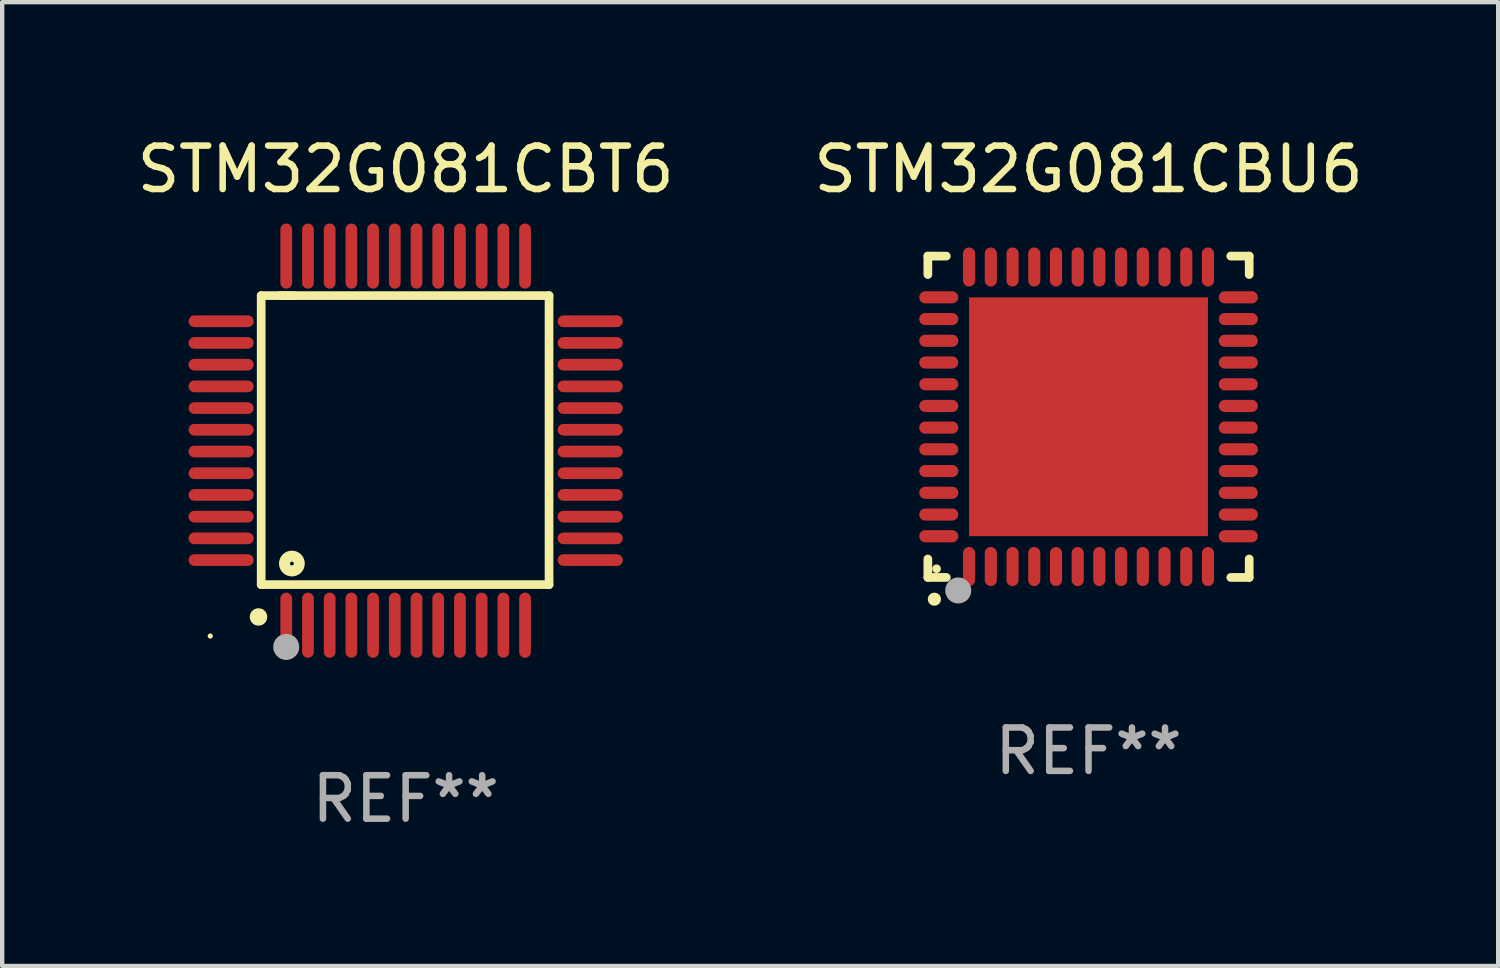
<source format=kicad_pcb>
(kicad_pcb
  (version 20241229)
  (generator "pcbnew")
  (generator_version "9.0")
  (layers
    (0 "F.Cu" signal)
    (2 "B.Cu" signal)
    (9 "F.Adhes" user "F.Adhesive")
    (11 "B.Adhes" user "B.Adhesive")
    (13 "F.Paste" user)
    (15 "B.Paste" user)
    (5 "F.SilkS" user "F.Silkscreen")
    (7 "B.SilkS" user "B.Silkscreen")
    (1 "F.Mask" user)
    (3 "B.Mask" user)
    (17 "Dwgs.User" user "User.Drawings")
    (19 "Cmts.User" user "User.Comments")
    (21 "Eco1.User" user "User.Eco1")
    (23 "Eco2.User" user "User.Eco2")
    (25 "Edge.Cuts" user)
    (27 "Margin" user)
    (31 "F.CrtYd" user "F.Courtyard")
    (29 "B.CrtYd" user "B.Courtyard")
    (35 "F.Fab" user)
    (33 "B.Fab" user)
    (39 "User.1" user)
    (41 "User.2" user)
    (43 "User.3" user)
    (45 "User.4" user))
  (footprint "STM32G081CBT6"
    (layer "F.Cu")
    (at 6.292 7.098)
    (property "Reference" "STM32G081CBT6" (at 0 -6.25 0) (layer "F.SilkS") (effects (font (size 1 1) (thickness 0.15))))
    (attr through_hole)
    (fp_line (start -3.327 -3.34) (end -2.565 -3.34) (stroke (width 0.2) (type solid)) (layer "F.SilkS"))
    (fp_line (start -3.327 3.315) (end -3.327 -3.34) (stroke (width 0.2) (type solid)) (layer "F.SilkS"))
    (fp_line (start -2.896 -3.34) (end 3.302 -3.34) (stroke (width 0.2) (type solid)) (layer "F.SilkS"))
    (fp_line (start 3.302 -3.34) (end 3.302 3.315) (stroke (width 0.2) (type solid)) (layer "F.SilkS"))
    (fp_line (start 3.302 3.315) (end -3.327 3.315) (stroke (width 0.2) (type solid)) (layer "F.SilkS"))
    (fp_arc (start -3.389992 4.059995) (mid -3.388722 4.059991) (end -3.387452 4.059995) (stroke (width 0.4) (type solid)) (layer "F.SilkS"))
    (fp_circle (center -4.5 4.5) (end -4.47 4.5) (stroke (width 0.06) (type solid)) (fill no) (layer "F.SilkS"))
    (fp_circle (center -2.62 2.83) (end -2.45 2.83) (stroke (width 0.254) (type solid)) (fill no) (layer "F.SilkS"))
    (fp_circle (center -2.75 4.75) (end -2.6 4.75) (stroke (width 0.3) (type solid)) (fill no) (layer "F.Fab"))
    (fp_text user "REF**" (at 0 8.25 0) (layer "F.Fab") (effects (font (size 1 1) (thickness 0.15))))
    (pad "1" smd oval (at -2.75 4.25) (size 0.27 1.5) (layers "F.Cu" "F.Mask" "F.Paste"))
    (pad "2" smd oval (at -2.25 4.25) (size 0.27 1.5) (layers "F.Cu" "F.Mask" "F.Paste"))
    (pad "3" smd oval (at -1.75 4.25) (size 0.27 1.5) (layers "F.Cu" "F.Mask" "F.Paste"))
    (pad "4" smd oval (at -1.25 4.25) (size 0.27 1.5) (layers "F.Cu" "F.Mask" "F.Paste"))
    (pad "5" smd oval (at -0.75 4.25) (size 0.27 1.5) (layers "F.Cu" "F.Mask" "F.Paste"))
    (pad "6" smd oval (at -0.25 4.25) (size 0.27 1.5) (layers "F.Cu" "F.Mask" "F.Paste"))
    (pad "7" smd oval (at 0.25 4.25) (size 0.27 1.5) (layers "F.Cu" "F.Mask" "F.Paste"))
    (pad "8" smd oval (at 0.75 4.25) (size 0.27 1.5) (layers "F.Cu" "F.Mask" "F.Paste"))
    (pad "9" smd oval (at 1.25 4.25) (size 0.27 1.5) (layers "F.Cu" "F.Mask" "F.Paste"))
    (pad "10" smd oval (at 1.75 4.25) (size 0.27 1.5) (layers "F.Cu" "F.Mask" "F.Paste"))
    (pad "11" smd oval (at 2.25 4.25) (size 0.27 1.5) (layers "F.Cu" "F.Mask" "F.Paste"))
    (pad "12" smd oval (at 2.75 4.25) (size 0.27 1.5) (layers "F.Cu" "F.Mask" "F.Paste"))
    (pad "13" smd oval (at 4.25 2.75) (size 1.5 0.27) (layers "F.Cu" "F.Mask" "F.Paste"))
    (pad "14" smd oval (at 4.25 2.25) (size 1.5 0.27) (layers "F.Cu" "F.Mask" "F.Paste"))
    (pad "15" smd oval (at 4.25 1.75) (size 1.5 0.27) (layers "F.Cu" "F.Mask" "F.Paste"))
    (pad "16" smd oval (at 4.25 1.25) (size 1.5 0.27) (layers "F.Cu" "F.Mask" "F.Paste"))
    (pad "17" smd oval (at 4.25 0.75) (size 1.5 0.27) (layers "F.Cu" "F.Mask" "F.Paste"))
    (pad "18" smd oval (at 4.25 0.25) (size 1.5 0.27) (layers "F.Cu" "F.Mask" "F.Paste"))
    (pad "19" smd oval (at 4.25 -0.25) (size 1.5 0.27) (layers "F.Cu" "F.Mask" "F.Paste"))
    (pad "20" smd oval (at 4.25 -0.75) (size 1.5 0.27) (layers "F.Cu" "F.Mask" "F.Paste"))
    (pad "21" smd oval (at 4.25 -1.25) (size 1.5 0.27) (layers "F.Cu" "F.Mask" "F.Paste"))
    (pad "22" smd oval (at 4.25 -1.75) (size 1.5 0.27) (layers "F.Cu" "F.Mask" "F.Paste"))
    (pad "23" smd oval (at 4.25 -2.25) (size 1.5 0.27) (layers "F.Cu" "F.Mask" "F.Paste"))
    (pad "24" smd oval (at 4.25 -2.75) (size 1.5 0.27) (layers "F.Cu" "F.Mask" "F.Paste"))
    (pad "25" smd oval (at 2.75 -4.25) (size 0.27 1.5) (layers "F.Cu" "F.Mask" "F.Paste"))
    (pad "26" smd oval (at 2.25 -4.25) (size 0.27 1.5) (layers "F.Cu" "F.Mask" "F.Paste"))
    (pad "27" smd oval (at 1.75 -4.25) (size 0.27 1.5) (layers "F.Cu" "F.Mask" "F.Paste"))
    (pad "28" smd oval (at 1.25 -4.25) (size 0.27 1.5) (layers "F.Cu" "F.Mask" "F.Paste"))
    (pad "29" smd oval (at 0.75 -4.25) (size 0.27 1.5) (layers "F.Cu" "F.Mask" "F.Paste"))
    (pad "30" smd oval (at 0.25 -4.25) (size 0.27 1.5) (layers "F.Cu" "F.Mask" "F.Paste"))
    (pad "31" smd oval (at -0.25 -4.25) (size 0.27 1.5) (layers "F.Cu" "F.Mask" "F.Paste"))
    (pad "32" smd oval (at -0.75 -4.25) (size 0.27 1.5) (layers "F.Cu" "F.Mask" "F.Paste"))
    (pad "33" smd oval (at -1.25 -4.25) (size 0.27 1.5) (layers "F.Cu" "F.Mask" "F.Paste"))
    (pad "34" smd oval (at -1.75 -4.25) (size 0.27 1.5) (layers "F.Cu" "F.Mask" "F.Paste"))
    (pad "35" smd oval (at -2.25 -4.25) (size 0.27 1.5) (layers "F.Cu" "F.Mask" "F.Paste"))
    (pad "36" smd oval (at -2.75 -4.25) (size 0.27 1.5) (layers "F.Cu" "F.Mask" "F.Paste"))
    (pad "37" smd oval (at -4.25 -2.75) (size 1.5 0.27) (layers "F.Cu" "F.Mask" "F.Paste"))
    (pad "38" smd oval (at -4.25 -2.25) (size 1.5 0.27) (layers "F.Cu" "F.Mask" "F.Paste"))
    (pad "39" smd oval (at -4.25 -1.75) (size 1.5 0.27) (layers "F.Cu" "F.Mask" "F.Paste"))
    (pad "40" smd oval (at -4.25 -1.25) (size 1.5 0.27) (layers "F.Cu" "F.Mask" "F.Paste"))
    (pad "41" smd oval (at -4.25 -0.75) (size 1.5 0.27) (layers "F.Cu" "F.Mask" "F.Paste"))
    (pad "42" smd oval (at -4.25 -0.25) (size 1.5 0.27) (layers "F.Cu" "F.Mask" "F.Paste"))
    (pad "43" smd oval (at -4.25 0.25) (size 1.5 0.27) (layers "F.Cu" "F.Mask" "F.Paste"))
    (pad "44" smd oval (at -4.25 0.75) (size 1.5 0.27) (layers "F.Cu" "F.Mask" "F.Paste"))
    (pad "45" smd oval (at -4.25 1.25) (size 1.5 0.27) (layers "F.Cu" "F.Mask" "F.Paste"))
    (pad "46" smd oval (at -4.25 1.75) (size 1.5 0.27) (layers "F.Cu" "F.Mask" "F.Paste"))
    (pad "47" smd oval (at -4.25 2.25) (size 1.5 0.27) (layers "F.Cu" "F.Mask" "F.Paste"))
    (pad "48" smd oval (at -4.25 2.75) (size 1.5 0.27) (layers "F.Cu" "F.Mask" "F.Paste")))
  (footprint "STM32G081CBU6"
    (layer "F.Cu")
    (at 22.018 6.548)
    (property "Reference" "STM32G081CBU6" (at 0 -5.7 0) (layer "F.SilkS") (effects (font (size 1 1) (thickness 0.15))))
    (attr through_hole)
    (fp_line (start -3.7 -3.7) (end -3.275 -3.7) (stroke (width 0.2) (type solid)) (layer "F.SilkS"))
    (fp_line (start -3.7 -3.275) (end -3.7 -3.7) (stroke (width 0.2) (type solid)) (layer "F.SilkS"))
    (fp_line (start -3.7 3.7) (end -3.7 3.275) (stroke (width 0.2) (type solid)) (layer "F.SilkS"))
    (fp_line (start -3.275 3.7) (end -3.7 3.7) (stroke (width 0.2) (type solid)) (layer "F.SilkS"))
    (fp_line (start 3.7 -3.7) (end 3.275 -3.7) (stroke (width 0.2) (type solid)) (layer "F.SilkS"))
    (fp_line (start 3.7 -3.275) (end 3.7 -3.7) (stroke (width 0.2) (type solid)) (layer "F.SilkS"))
    (fp_line (start 3.7 3.275) (end 3.7 3.7) (stroke (width 0.2) (type solid)) (layer "F.SilkS"))
    (fp_line (start 3.7 3.7) (end 3.275 3.7) (stroke (width 0.2) (type solid)) (layer "F.SilkS"))
    (fp_arc (start -3.550927 4.201168) (mid -3.549657 4.201163) (end -3.548387 4.201168) (stroke (width 0.3) (type solid)) (layer "F.SilkS"))
    (fp_circle (center -3.5 3.5) (end -3.45 3.5) (stroke (width 0.1) (type solid)) (fill no) (layer "F.SilkS"))
    (fp_circle (center -3 4) (end -2.85 4) (stroke (width 0.3) (type solid)) (fill no) (layer "F.Fab"))
    (fp_text user "REF**" (at 0 7.7 0) (layer "F.Fab") (effects (font (size 1 1) (thickness 0.15))))
    (pad "1" smd oval (at -2.751 3.449) (size 0.28 0.9) (layers "F.Cu" "F.Mask" "F.Paste"))
    (pad "2" smd oval (at -2.25 3.449) (size 0.28 0.9) (layers "F.Cu" "F.Mask" "F.Paste"))
    (pad "3" smd oval (at -1.75 3.449) (size 0.28 0.9) (layers "F.Cu" "F.Mask" "F.Paste"))
    (pad "4" smd oval (at -1.25 3.449) (size 0.28 0.9) (layers "F.Cu" "F.Mask" "F.Paste"))
    (pad "5" smd oval (at -0.749 3.449) (size 0.28 0.9) (layers "F.Cu" "F.Mask" "F.Paste"))
    (pad "6" smd oval (at -0.249 3.449) (size 0.28 0.9) (layers "F.Cu" "F.Mask" "F.Paste"))
    (pad "7" smd oval (at 0.249 3.449) (size 0.28 0.9) (layers "F.Cu" "F.Mask" "F.Paste"))
    (pad "8" smd oval (at 0.749 3.449) (size 0.28 0.9) (layers "F.Cu" "F.Mask" "F.Paste"))
    (pad "9" smd oval (at 1.25 3.449) (size 0.28 0.9) (layers "F.Cu" "F.Mask" "F.Paste"))
    (pad "10" smd oval (at 1.75 3.449) (size 0.28 0.9) (layers "F.Cu" "F.Mask" "F.Paste"))
    (pad "11" smd oval (at 2.251 3.449) (size 0.28 0.9) (layers "F.Cu" "F.Mask" "F.Paste"))
    (pad "12" smd oval (at 2.751 3.449) (size 0.28 0.9) (layers "F.Cu" "F.Mask" "F.Paste"))
    (pad "13" smd oval (at 3.449 2.751) (size 0.9 0.28) (layers "F.Cu" "F.Mask" "F.Paste"))
    (pad "14" smd oval (at 3.449 2.251) (size 0.9 0.28) (layers "F.Cu" "F.Mask" "F.Paste"))
    (pad "15" smd oval (at 3.449 1.75) (size 0.9 0.28) (layers "F.Cu" "F.Mask" "F.Paste"))
    (pad "16" smd oval (at 3.449 1.25) (size 0.9 0.28) (layers "F.Cu" "F.Mask" "F.Paste"))
    (pad "17" smd oval (at 3.449 0.749) (size 0.9 0.28) (layers "F.Cu" "F.Mask" "F.Paste"))
    (pad "18" smd oval (at 3.449 0.249) (size 0.9 0.28) (layers "F.Cu" "F.Mask" "F.Paste"))
    (pad "19" smd oval (at 3.449 -0.249) (size 0.9 0.28) (layers "F.Cu" "F.Mask" "F.Paste"))
    (pad "20" smd oval (at 3.449 -0.749) (size 0.9 0.28) (layers "F.Cu" "F.Mask" "F.Paste"))
    (pad "21" smd oval (at 3.449 -1.25) (size 0.9 0.28) (layers "F.Cu" "F.Mask" "F.Paste"))
    (pad "22" smd oval (at 3.449 -1.75) (size 0.9 0.28) (layers "F.Cu" "F.Mask" "F.Paste"))
    (pad "23" smd oval (at 3.449 -2.25) (size 0.9 0.28) (layers "F.Cu" "F.Mask" "F.Paste"))
    (pad "24" smd oval (at 3.449 -2.751) (size 0.9 0.28) (layers "F.Cu" "F.Mask" "F.Paste"))
    (pad "25" smd oval (at 2.751 -3.449) (size 0.28 0.9) (layers "F.Cu" "F.Mask" "F.Paste"))
    (pad "26" smd oval (at 2.251 -3.449) (size 0.28 0.9) (layers "F.Cu" "F.Mask" "F.Paste"))
    (pad "27" smd oval (at 1.75 -3.449) (size 0.28 0.9) (layers "F.Cu" "F.Mask" "F.Paste"))
    (pad "28" smd oval (at 1.25 -3.449) (size 0.28 0.9) (layers "F.Cu" "F.Mask" "F.Paste"))
    (pad "29" smd oval (at 0.749 -3.449) (size 0.28 0.9) (layers "F.Cu" "F.Mask" "F.Paste"))
    (pad "30" smd oval (at 0.249 -3.449) (size 0.28 0.9) (layers "F.Cu" "F.Mask" "F.Paste"))
    (pad "31" smd oval (at -0.249 -3.449) (size 0.28 0.9) (layers "F.Cu" "F.Mask" "F.Paste"))
    (pad "32" smd oval (at -0.749 -3.449) (size 0.28 0.9) (layers "F.Cu" "F.Mask" "F.Paste"))
    (pad "33" smd oval (at -1.25 -3.449) (size 0.28 0.9) (layers "F.Cu" "F.Mask" "F.Paste"))
    (pad "34" smd oval (at -1.75 -3.449) (size 0.28 0.9) (layers "F.Cu" "F.Mask" "F.Paste"))
    (pad "35" smd oval (at -2.25 -3.449) (size 0.28 0.9) (layers "F.Cu" "F.Mask" "F.Paste"))
    (pad "36" smd oval (at -2.751 -3.449) (size 0.28 0.9) (layers "F.Cu" "F.Mask" "F.Paste"))
    (pad "37" smd oval (at -3.449 -2.751) (size 0.9 0.28) (layers "F.Cu" "F.Mask" "F.Paste"))
    (pad "38" smd oval (at -3.449 -2.25) (size 0.9 0.28) (layers "F.Cu" "F.Mask" "F.Paste"))
    (pad "39" smd oval (at -3.449 -1.75) (size 0.9 0.28) (layers "F.Cu" "F.Mask" "F.Paste"))
    (pad "40" smd oval (at -3.449 -1.25) (size 0.9 0.28) (layers "F.Cu" "F.Mask" "F.Paste"))
    (pad "41" smd oval (at -3.449 -0.749) (size 0.9 0.28) (layers "F.Cu" "F.Mask" "F.Paste"))
    (pad "42" smd oval (at -3.449 -0.249) (size 0.9 0.28) (layers "F.Cu" "F.Mask" "F.Paste"))
    (pad "43" smd oval (at -3.449 0.249) (size 0.9 0.28) (layers "F.Cu" "F.Mask" "F.Paste"))
    (pad "44" smd oval (at -3.449 0.749) (size 0.9 0.28) (layers "F.Cu" "F.Mask" "F.Paste"))
    (pad "45" smd oval (at -3.449 1.25) (size 0.9 0.28) (layers "F.Cu" "F.Mask" "F.Paste"))
    (pad "46" smd oval (at -3.449 1.75) (size 0.9 0.28) (layers "F.Cu" "F.Mask" "F.Paste"))
    (pad "47" smd oval (at -3.449 2.251) (size 0.9 0.28) (layers "F.Cu" "F.Mask" "F.Paste"))
    (pad "48" smd oval (at -3.449 2.751) (size 0.9 0.28) (layers "F.Cu" "F.Mask" "F.Paste"))
    (pad "49" smd rect (at 0.000076 0.000076) (size 5.5 5.5) (layers "F.Cu" "F.Mask" "F.Paste")))
  (gr_rect
    (start -3 -3)
    (end 31.452 19.196)
    (stroke (width 0.1) (type default))
    (fill no)
    (layer "Edge.Cuts")))
</source>
